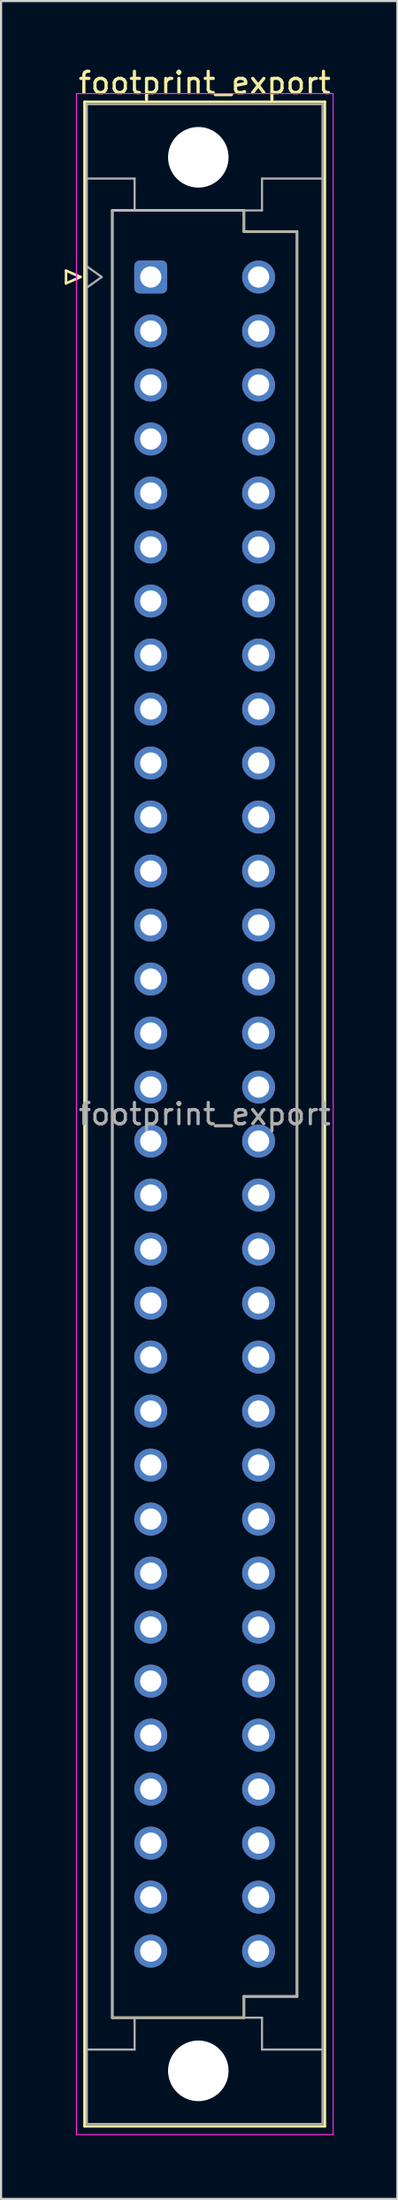
<source format=kicad_pcb>
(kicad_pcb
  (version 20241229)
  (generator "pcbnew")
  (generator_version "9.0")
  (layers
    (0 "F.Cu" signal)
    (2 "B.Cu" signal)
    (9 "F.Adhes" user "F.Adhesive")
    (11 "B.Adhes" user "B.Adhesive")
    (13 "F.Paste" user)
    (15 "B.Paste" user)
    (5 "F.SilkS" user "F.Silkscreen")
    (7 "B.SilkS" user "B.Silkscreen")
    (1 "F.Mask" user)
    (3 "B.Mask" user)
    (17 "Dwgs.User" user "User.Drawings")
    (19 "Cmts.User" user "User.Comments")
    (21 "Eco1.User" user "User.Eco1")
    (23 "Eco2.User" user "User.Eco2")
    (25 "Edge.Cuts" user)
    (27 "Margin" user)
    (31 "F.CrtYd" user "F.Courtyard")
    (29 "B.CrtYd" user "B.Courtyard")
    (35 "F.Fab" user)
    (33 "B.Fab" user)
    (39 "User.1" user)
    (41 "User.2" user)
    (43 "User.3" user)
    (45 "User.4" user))
  (footprint "footprint_export"
    (layer "F.Cu")
    (at 4.05 9.978)
    (property "Reference" "footprint_export" (at 2.54 -9.13 0) (layer "F.SilkS") (effects (font (size 1 1) (thickness 0.15))))
    (attr through_hole)
    (fp_line (start -3.99 -0.3) (end -3.99 0.3) (stroke (width 0.12) (type solid)) (layer "F.SilkS"))
    (fp_line (start -3.99 0.3) (end -3.31 0) (stroke (width 0.12) (type solid)) (layer "F.SilkS"))
    (fp_line (start -3.31 0) (end -3.99 -0.3) (stroke (width 0.12) (type solid)) (layer "F.SilkS"))
    (fp_line (start -3.12 -8.24) (end 8.2 -8.24) (stroke (width 0.12) (type solid)) (layer "F.SilkS"))
    (fp_line (start -3.12 86.98) (end -3.12 -8.24) (stroke (width 0.12) (type solid)) (layer "F.SilkS"))
    (fp_line (start -1.81 -3.131) (end 4.39 -3.131) (stroke (width 0.12) (type solid)) (layer "F.SilkS"))
    (fp_line (start -1.81 81.87) (end -1.81 -3.131) (stroke (width 0.12) (type solid)) (layer "F.SilkS"))
    (fp_line (start 4.39 -3.131) (end 4.39 -2.131) (stroke (width 0.12) (type solid)) (layer "F.SilkS"))
    (fp_line (start 4.39 -2.131) (end 6.89 -2.131) (stroke (width 0.12) (type solid)) (layer "F.SilkS"))
    (fp_line (start 4.39 80.87) (end 4.39 81.87) (stroke (width 0.12) (type solid)) (layer "F.SilkS"))
    (fp_line (start 4.39 81.87) (end -1.81 81.87) (stroke (width 0.12) (type solid)) (layer "F.SilkS"))
    (fp_line (start 6.89 -2.131) (end 6.89 80.87) (stroke (width 0.12) (type solid)) (layer "F.SilkS"))
    (fp_line (start 6.89 80.87) (end 4.39 80.87) (stroke (width 0.12) (type solid)) (layer "F.SilkS"))
    (fp_line (start 8.2 -8.24) (end 8.2 86.98) (stroke (width 0.12) (type solid)) (layer "F.SilkS"))
    (fp_line (start 8.2 86.98) (end -3.12 86.98) (stroke (width 0.12) (type solid)) (layer "F.SilkS"))
    (fp_line (start -3.5 -8.63) (end 8.59 -8.63) (stroke (width 0.05) (type solid)) (layer "F.CrtYd"))
    (fp_line (start -3.5 87.37) (end -3.5 -8.63) (stroke (width 0.05) (type solid)) (layer "F.CrtYd"))
    (fp_line (start 8.59 -8.63) (end 8.59 87.37) (stroke (width 0.05) (type solid)) (layer "F.CrtYd"))
    (fp_line (start 8.59 87.37) (end -3.5 87.37) (stroke (width 0.05) (type solid)) (layer "F.CrtYd"))
    (fp_line (start -3.01 -8.13) (end 8.09 -8.13) (stroke (width 0.1) (type solid)) (layer "F.Fab"))
    (fp_line (start -3.01 -4.63) (end -0.76 -4.63) (stroke (width 0.1) (type solid)) (layer "F.Fab"))
    (fp_line (start -3.01 -0.5) (end -2.31 0) (stroke (width 0.1) (type solid)) (layer "F.Fab"))
    (fp_line (start -3.01 83.37) (end -0.76 83.37) (stroke (width 0.1) (type solid)) (layer "F.Fab"))
    (fp_line (start -3.01 86.87) (end -3.01 -8.13) (stroke (width 0.1) (type solid)) (layer "F.Fab"))
    (fp_line (start -2.31 0) (end -3.01 0.5) (stroke (width 0.1) (type solid)) (layer "F.Fab"))
    (fp_line (start -1.81 -3.13) (end 4.39 -3.13) (stroke (width 0.1) (type solid)) (layer "F.Fab"))
    (fp_line (start -1.81 81.87) (end -1.81 -3.13) (stroke (width 0.1) (type solid)) (layer "F.Fab"))
    (fp_line (start -0.76 -4.63) (end -0.76 -3.13) (stroke (width 0.1) (type solid)) (layer "F.Fab"))
    (fp_line (start -0.76 83.37) (end -0.76 81.87) (stroke (width 0.1) (type solid)) (layer "F.Fab"))
    (fp_line (start 4.39 -3.13) (end 4.39 -2.13) (stroke (width 0.1) (type solid)) (layer "F.Fab"))
    (fp_line (start 4.39 -3.13) (end 5.24 -3.13) (stroke (width 0.1) (type solid)) (layer "F.Fab"))
    (fp_line (start 4.39 -2.13) (end 6.89 -2.13) (stroke (width 0.1) (type solid)) (layer "F.Fab"))
    (fp_line (start 4.39 80.87) (end 4.39 81.87) (stroke (width 0.1) (type solid)) (layer "F.Fab"))
    (fp_line (start 4.39 81.87) (end -1.81 81.87) (stroke (width 0.1) (type solid)) (layer "F.Fab"))
    (fp_line (start 4.39 81.87) (end 5.24 81.87) (stroke (width 0.1) (type solid)) (layer "F.Fab"))
    (fp_line (start 5.24 -4.63) (end 8.09 -4.63) (stroke (width 0.1) (type solid)) (layer "F.Fab"))
    (fp_line (start 5.24 -3.13) (end 5.24 -4.63) (stroke (width 0.1) (type solid)) (layer "F.Fab"))
    (fp_line (start 5.24 81.87) (end 5.24 83.37) (stroke (width 0.1) (type solid)) (layer "F.Fab"))
    (fp_line (start 5.24 83.37) (end 8.09 83.37) (stroke (width 0.1) (type solid)) (layer "F.Fab"))
    (fp_line (start 6.89 -2.13) (end 6.89 80.87) (stroke (width 0.1) (type solid)) (layer "F.Fab"))
    (fp_line (start 6.89 80.87) (end 4.39 80.87) (stroke (width 0.1) (type solid)) (layer "F.Fab"))
    (fp_line (start 8.09 -8.13) (end 8.09 86.87) (stroke (width 0.1) (type solid)) (layer "F.Fab"))
    (fp_line (start 8.09 86.87) (end -3.01 86.87) (stroke (width 0.1) (type solid)) (layer "F.Fab"))
    (fp_text user "${REFERENCE}" (at 2.54 39.37 0) (layer "F.Fab") (effects (font (size 1 1) (thickness 0.15))))
    (pad "" np_thru_hole circle (at 2.24 -5.63) (size 2.85 2.85) (drill 2.85) (layers "*.Cu" "*.Mask"))
    (pad "" np_thru_hole circle (at 2.24 84.37) (size 2.85 2.85) (drill 2.85) (layers "*.Cu" "*.Mask"))
    (pad "a1" thru_hole roundrect (at 0 0) (size 1.55 1.55) (drill 1) (layers "*.Cu" "*.Mask") (roundrect_rratio 0.161))
    (pad "a2" thru_hole circle (at 0 2.54) (size 1.55 1.55) (drill 1) (layers "*.Cu" "*.Mask"))
    (pad "a3" thru_hole circle (at 0 5.08) (size 1.55 1.55) (drill 1) (layers "*.Cu" "*.Mask"))
    (pad "a4" thru_hole circle (at 0 7.62) (size 1.55 1.55) (drill 1) (layers "*.Cu" "*.Mask"))
    (pad "a5" thru_hole circle (at 0 10.16) (size 1.55 1.55) (drill 1) (layers "*.Cu" "*.Mask"))
    (pad "a6" thru_hole circle (at 0 12.7) (size 1.55 1.55) (drill 1) (layers "*.Cu" "*.Mask"))
    (pad "a7" thru_hole circle (at 0 15.24) (size 1.55 1.55) (drill 1) (layers "*.Cu" "*.Mask"))
    (pad "a8" thru_hole circle (at 0 17.78) (size 1.55 1.55) (drill 1) (layers "*.Cu" "*.Mask"))
    (pad "a9" thru_hole circle (at 0 20.32) (size 1.55 1.55) (drill 1) (layers "*.Cu" "*.Mask"))
    (pad "a10" thru_hole circle (at 0 22.86) (size 1.55 1.55) (drill 1) (layers "*.Cu" "*.Mask"))
    (pad "a11" thru_hole circle (at 0 25.4) (size 1.55 1.55) (drill 1) (layers "*.Cu" "*.Mask"))
    (pad "a12" thru_hole circle (at 0 27.94) (size 1.55 1.55) (drill 1) (layers "*.Cu" "*.Mask"))
    (pad "a13" thru_hole circle (at 0 30.48) (size 1.55 1.55) (drill 1) (layers "*.Cu" "*.Mask"))
    (pad "a14" thru_hole circle (at 0 33.02) (size 1.55 1.55) (drill 1) (layers "*.Cu" "*.Mask"))
    (pad "a15" thru_hole circle (at 0 35.56) (size 1.55 1.55) (drill 1) (layers "*.Cu" "*.Mask"))
    (pad "a16" thru_hole circle (at 0 38.1) (size 1.55 1.55) (drill 1) (layers "*.Cu" "*.Mask"))
    (pad "a17" thru_hole circle (at 0 40.64) (size 1.55 1.55) (drill 1) (layers "*.Cu" "*.Mask"))
    (pad "a18" thru_hole circle (at 0 43.18) (size 1.55 1.55) (drill 1) (layers "*.Cu" "*.Mask"))
    (pad "a19" thru_hole circle (at 0 45.72) (size 1.55 1.55) (drill 1) (layers "*.Cu" "*.Mask"))
    (pad "a20" thru_hole circle (at 0 48.26) (size 1.55 1.55) (drill 1) (layers "*.Cu" "*.Mask"))
    (pad "a21" thru_hole circle (at 0 50.8) (size 1.55 1.55) (drill 1) (layers "*.Cu" "*.Mask"))
    (pad "a22" thru_hole circle (at 0 53.34) (size 1.55 1.55) (drill 1) (layers "*.Cu" "*.Mask"))
    (pad "a23" thru_hole circle (at 0 55.88) (size 1.55 1.55) (drill 1) (layers "*.Cu" "*.Mask"))
    (pad "a24" thru_hole circle (at 0 58.42) (size 1.55 1.55) (drill 1) (layers "*.Cu" "*.Mask"))
    (pad "a25" thru_hole circle (at 0 60.96) (size 1.55 1.55) (drill 1) (layers "*.Cu" "*.Mask"))
    (pad "a26" thru_hole circle (at 0 63.5) (size 1.55 1.55) (drill 1) (layers "*.Cu" "*.Mask"))
    (pad "a27" thru_hole circle (at 0 66.04) (size 1.55 1.55) (drill 1) (layers "*.Cu" "*.Mask"))
    (pad "a28" thru_hole circle (at 0 68.58) (size 1.55 1.55) (drill 1) (layers "*.Cu" "*.Mask"))
    (pad "a29" thru_hole circle (at 0 71.12) (size 1.55 1.55) (drill 1) (layers "*.Cu" "*.Mask"))
    (pad "a30" thru_hole circle (at 0 73.66) (size 1.55 1.55) (drill 1) (layers "*.Cu" "*.Mask"))
    (pad "a31" thru_hole circle (at 0 76.2) (size 1.55 1.55) (drill 1) (layers "*.Cu" "*.Mask"))
    (pad "a32" thru_hole circle (at 0 78.74) (size 1.55 1.55) (drill 1) (layers "*.Cu" "*.Mask"))
    (pad "c1" thru_hole circle (at 5.08 0) (size 1.55 1.55) (drill 1) (layers "*.Cu" "*.Mask"))
    (pad "c2" thru_hole circle (at 5.08 2.54) (size 1.55 1.55) (drill 1) (layers "*.Cu" "*.Mask"))
    (pad "c3" thru_hole circle (at 5.08 5.08) (size 1.55 1.55) (drill 1) (layers "*.Cu" "*.Mask"))
    (pad "c4" thru_hole circle (at 5.08 7.62) (size 1.55 1.55) (drill 1) (layers "*.Cu" "*.Mask"))
    (pad "c5" thru_hole circle (at 5.08 10.16) (size 1.55 1.55) (drill 1) (layers "*.Cu" "*.Mask"))
    (pad "c6" thru_hole circle (at 5.08 12.7) (size 1.55 1.55) (drill 1) (layers "*.Cu" "*.Mask"))
    (pad "c7" thru_hole circle (at 5.08 15.24) (size 1.55 1.55) (drill 1) (layers "*.Cu" "*.Mask"))
    (pad "c8" thru_hole circle (at 5.08 17.78) (size 1.55 1.55) (drill 1) (layers "*.Cu" "*.Mask"))
    (pad "c9" thru_hole circle (at 5.08 20.32) (size 1.55 1.55) (drill 1) (layers "*.Cu" "*.Mask"))
    (pad "c10" thru_hole circle (at 5.08 22.86) (size 1.55 1.55) (drill 1) (layers "*.Cu" "*.Mask"))
    (pad "c11" thru_hole circle (at 5.08 25.4) (size 1.55 1.55) (drill 1) (layers "*.Cu" "*.Mask"))
    (pad "c12" thru_hole circle (at 5.08 27.94) (size 1.55 1.55) (drill 1) (layers "*.Cu" "*.Mask"))
    (pad "c13" thru_hole circle (at 5.08 30.48) (size 1.55 1.55) (drill 1) (layers "*.Cu" "*.Mask"))
    (pad "c14" thru_hole circle (at 5.08 33.02) (size 1.55 1.55) (drill 1) (layers "*.Cu" "*.Mask"))
    (pad "c15" thru_hole circle (at 5.08 35.56) (size 1.55 1.55) (drill 1) (layers "*.Cu" "*.Mask"))
    (pad "c16" thru_hole circle (at 5.08 38.1) (size 1.55 1.55) (drill 1) (layers "*.Cu" "*.Mask"))
    (pad "c17" thru_hole circle (at 5.08 40.64) (size 1.55 1.55) (drill 1) (layers "*.Cu" "*.Mask"))
    (pad "c18" thru_hole circle (at 5.08 43.18) (size 1.55 1.55) (drill 1) (layers "*.Cu" "*.Mask"))
    (pad "c19" thru_hole circle (at 5.08 45.72) (size 1.55 1.55) (drill 1) (layers "*.Cu" "*.Mask"))
    (pad "c20" thru_hole circle (at 5.08 48.26) (size 1.55 1.55) (drill 1) (layers "*.Cu" "*.Mask"))
    (pad "c21" thru_hole circle (at 5.08 50.8) (size 1.55 1.55) (drill 1) (layers "*.Cu" "*.Mask"))
    (pad "c22" thru_hole circle (at 5.08 53.34) (size 1.55 1.55) (drill 1) (layers "*.Cu" "*.Mask"))
    (pad "c23" thru_hole circle (at 5.08 55.88) (size 1.55 1.55) (drill 1) (layers "*.Cu" "*.Mask"))
    (pad "c24" thru_hole circle (at 5.08 58.42) (size 1.55 1.55) (drill 1) (layers "*.Cu" "*.Mask"))
    (pad "c25" thru_hole circle (at 5.08 60.96) (size 1.55 1.55) (drill 1) (layers "*.Cu" "*.Mask"))
    (pad "c26" thru_hole circle (at 5.08 63.5) (size 1.55 1.55) (drill 1) (layers "*.Cu" "*.Mask"))
    (pad "c27" thru_hole circle (at 5.08 66.04) (size 1.55 1.55) (drill 1) (layers "*.Cu" "*.Mask"))
    (pad "c28" thru_hole circle (at 5.08 68.58) (size 1.55 1.55) (drill 1) (layers "*.Cu" "*.Mask"))
    (pad "c29" thru_hole circle (at 5.08 71.12) (size 1.55 1.55) (drill 1) (layers "*.Cu" "*.Mask"))
    (pad "c30" thru_hole circle (at 5.08 73.66) (size 1.55 1.55) (drill 1) (layers "*.Cu" "*.Mask"))
    (pad "c31" thru_hole circle (at 5.08 76.2) (size 1.55 1.55) (drill 1) (layers "*.Cu" "*.Mask"))
    (pad "c32" thru_hole circle (at 5.08 78.74) (size 1.55 1.55) (drill 1) (layers "*.Cu" "*.Mask")))
  (gr_rect
    (start -3 -3)
    (end 15.665 100.373)
    (stroke (width 0.1) (type default))
    (fill no)
    (layer "Edge.Cuts")))
</source>
